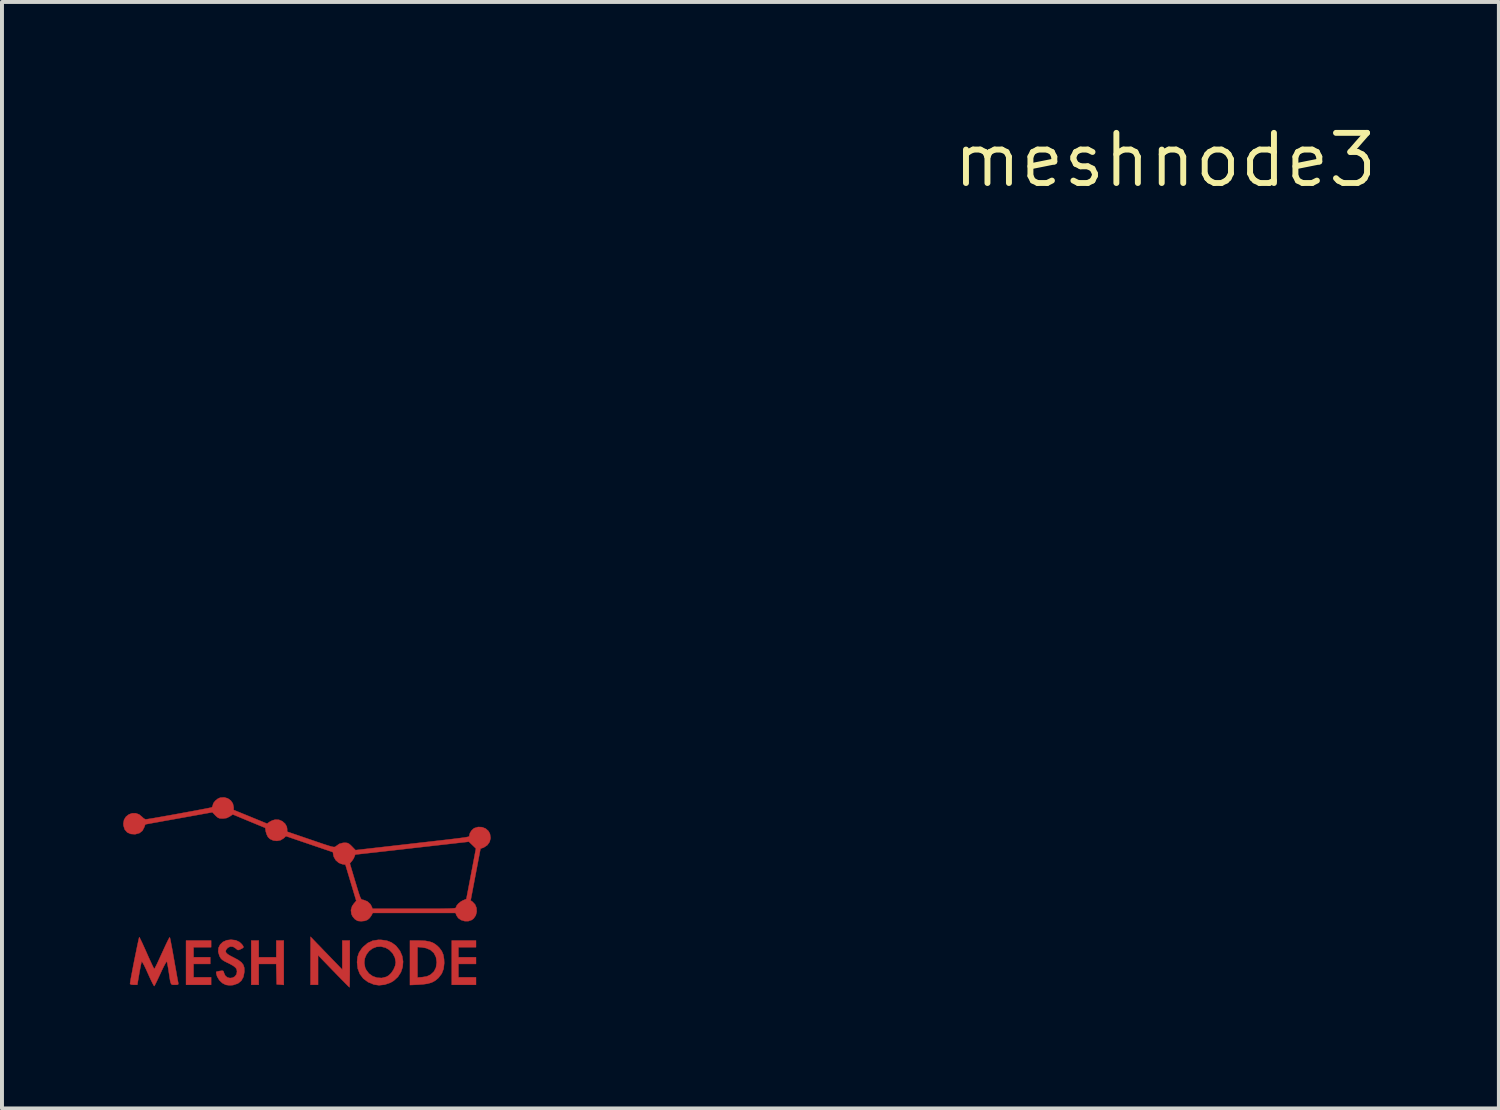
<source format=kicad_pcb>
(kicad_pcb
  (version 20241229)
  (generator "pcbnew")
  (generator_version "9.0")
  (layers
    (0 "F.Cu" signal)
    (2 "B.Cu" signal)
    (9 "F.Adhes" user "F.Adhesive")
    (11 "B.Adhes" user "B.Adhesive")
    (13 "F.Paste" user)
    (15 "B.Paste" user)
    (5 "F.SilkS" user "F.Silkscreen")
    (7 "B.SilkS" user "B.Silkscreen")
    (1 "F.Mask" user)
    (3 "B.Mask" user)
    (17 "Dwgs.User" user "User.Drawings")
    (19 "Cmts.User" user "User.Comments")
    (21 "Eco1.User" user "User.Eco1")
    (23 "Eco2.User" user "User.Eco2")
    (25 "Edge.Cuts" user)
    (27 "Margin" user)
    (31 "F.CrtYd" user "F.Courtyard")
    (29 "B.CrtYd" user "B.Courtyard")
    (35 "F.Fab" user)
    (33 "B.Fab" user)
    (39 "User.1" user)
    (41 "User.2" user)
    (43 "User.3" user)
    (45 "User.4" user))
  (footprint "meshnode3"
    (layer "F.Cu")
    (at 26.47 1.006)
    (property "Reference" "meshnode3" (at 0 0 0) (layer "F.SilkS") (effects (font (size 1.27 1.27) (thickness 0.15))))
    (attr through_hole)
    (fp_poly (pts (xy -24.172 19.939) (xy -24.617 19.939) (xy -24.617 20.193) (xy -24.194 20.193) (xy -24.194 20.362) (xy -24.617 20.362) (xy -24.617 20.701) (xy -24.172 20.701) (xy -24.172 20.892) (xy -24.807 20.892) (xy -24.807 19.77) (xy -24.172 19.77) (xy -24.172 19.939)) (stroke (width 0.01) (type solid)) (fill yes) (layer "F.Cu"))
    (fp_poly (pts (xy -17.462 19.939) (xy -17.907 19.939) (xy -17.907 20.193) (xy -17.462 20.193) (xy -17.462 20.362) (xy -17.907 20.362) (xy -17.907 20.701) (xy -17.462 20.701) (xy -17.462 20.892) (xy -18.076 20.892) (xy -18.076 19.77) (xy -17.462 19.77) (xy -17.462 19.939)) (stroke (width 0.01) (type solid)) (fill yes) (layer "F.Cu"))
    (fp_poly (pts (xy -22.966 20.193) (xy -22.521 20.193) (xy -22.521 19.77) (xy -22.331 19.77) (xy -22.331 20.894) (xy -22.421 20.887) (xy -22.511 20.881) (xy -22.517 20.622) (xy -22.523 20.362) (xy -22.966 20.362) (xy -22.966 20.892) (xy -23.156 20.892) (xy -23.156 19.77) (xy -22.966 19.77) (xy -22.966 20.193)) (stroke (width 0.01) (type solid)) (fill yes) (layer "F.Cu"))
    (fp_poly (pts (xy -21.49 19.844) (xy -21.414 19.922) (xy -21.32 20.02) (xy -21.217 20.126) (xy -21.117 20.23) (xy -21.088 20.26) (xy -20.849 20.507) (xy -20.849 19.77) (xy -20.659 19.77) (xy -20.659 20.362) (xy -20.659 20.516) (xy -20.66 20.654) (xy -20.661 20.773) (xy -20.663 20.866) (xy -20.665 20.928) (xy -20.667 20.955) (xy -20.667 20.955) (xy -20.684 20.94) (xy -20.726 20.899) (xy -20.789 20.835) (xy -20.87 20.753) (xy -20.965 20.656) (xy -21.069 20.548) (xy -21.07 20.548) (xy -21.463 20.141) (xy -21.463 20.892) (xy -21.654 20.892) (xy -21.653 20.283) (xy -21.653 19.674) (xy -21.49 19.844)) (stroke (width 0.01) (type solid)) (fill yes) (layer "F.Cu"))
    (fp_poly (pts (xy -18.907 19.77) (xy -18.754 19.776) (xy -18.632 19.798) (xy -18.532 19.838) (xy -18.446 19.9) (xy -18.39 19.955) (xy -18.328 20.04) (xy -18.289 20.133) (xy -18.271 20.247) (xy -18.267 20.341) (xy -18.283 20.486) (xy -18.329 20.607) (xy -18.411 20.714) (xy -18.417 20.72) (xy -18.494 20.785) (xy -18.579 20.831) (xy -18.682 20.862) (xy -18.81 20.88) (xy -18.906 20.887) (xy -19.135 20.897) (xy -19.135 20.706) (xy -18.944 20.706) (xy -18.819 20.697) (xy -18.707 20.678) (xy -18.616 20.636) (xy -18.611 20.633) (xy -18.526 20.554) (xy -18.475 20.452) (xy -18.457 20.325) (xy -18.457 20.319) (xy -18.475 20.192) (xy -18.527 20.089) (xy -18.612 20.011) (xy -18.727 19.961) (xy -18.833 19.943) (xy -18.944 19.934) (xy -18.944 20.706) (xy -19.135 20.706) (xy -19.135 19.77) (xy -18.907 19.77)) (stroke (width 0.01) (type solid)) (fill yes) (layer "F.Cu"))
    (fp_poly (pts (xy -19.867 19.753) (xy -19.721 19.773) (xy -19.601 19.82) (xy -19.497 19.896) (xy -19.481 19.912) (xy -19.388 20.031) (xy -19.331 20.164) (xy -19.309 20.303) (xy -19.32 20.441) (xy -19.364 20.573) (xy -19.44 20.691) (xy -19.546 20.788) (xy -19.627 20.836) (xy -19.772 20.887) (xy -19.918 20.903) (xy -20.046 20.885) (xy -20.196 20.823) (xy -20.316 20.734) (xy -20.404 20.618) (xy -20.458 20.478) (xy -20.473 20.334) (xy -20.292 20.334) (xy -20.272 20.45) (xy -20.246 20.51) (xy -20.174 20.606) (xy -20.078 20.674) (xy -19.967 20.712) (xy -19.849 20.719) (xy -19.735 20.69) (xy -19.676 20.657) (xy -19.609 20.593) (xy -19.55 20.504) (xy -19.509 20.407) (xy -19.495 20.321) (xy -19.516 20.203) (xy -19.573 20.094) (xy -19.66 20.005) (xy -19.753 19.951) (xy -19.87 19.922) (xy -19.981 19.93) (xy -20.082 19.969) (xy -20.169 20.035) (xy -20.236 20.121) (xy -20.279 20.223) (xy -20.292 20.334) (xy -20.473 20.334) (xy -20.475 20.32) (xy -20.463 20.187) (xy -20.425 20.076) (xy -20.356 19.972) (xy -20.321 19.932) (xy -20.207 19.834) (xy -20.081 19.775) (xy -19.935 19.752) (xy -19.867 19.753)) (stroke (width 0.01) (type solid)) (fill yes) (layer "F.Cu"))
    (fp_poly (pts (xy -23.547 19.763) (xy -23.452 19.808) (xy -23.391 19.867) (xy -23.357 19.915) (xy -23.353 19.944) (xy -23.384 19.969) (xy -23.42 19.987) (xy -23.47 20.009) (xy -23.501 20.008) (xy -23.533 19.983) (xy -23.547 19.97) (xy -23.614 19.928) (xy -23.686 19.922) (xy -23.751 19.953) (xy -23.792 20.003) (xy -23.804 20.042) (xy -23.792 20.078) (xy -23.753 20.116) (xy -23.681 20.16) (xy -23.598 20.202) (xy -23.483 20.264) (xy -23.404 20.323) (xy -23.356 20.386) (xy -23.332 20.461) (xy -23.329 20.553) (xy -23.33 20.564) (xy -23.354 20.692) (xy -23.408 20.789) (xy -23.492 20.857) (xy -23.606 20.896) (xy -23.648 20.902) (xy -23.723 20.903) (xy -23.794 20.893) (xy -23.806 20.89) (xy -23.89 20.846) (xy -23.965 20.773) (xy -24.018 20.684) (xy -24.027 20.657) (xy -24.041 20.603) (xy -24.044 20.569) (xy -24.043 20.564) (xy -24.018 20.555) (xy -23.967 20.544) (xy -23.946 20.541) (xy -23.891 20.534) (xy -23.863 20.542) (xy -23.85 20.572) (xy -23.845 20.593) (xy -23.812 20.663) (xy -23.759 20.705) (xy -23.693 20.721) (xy -23.627 20.712) (xy -23.568 20.679) (xy -23.528 20.622) (xy -23.516 20.557) (xy -23.523 20.506) (xy -23.548 20.462) (xy -23.597 20.42) (xy -23.676 20.373) (xy -23.755 20.334) (xy -23.837 20.292) (xy -23.891 20.257) (xy -23.927 20.22) (xy -23.955 20.172) (xy -23.96 20.162) (xy -23.992 20.056) (xy -23.985 19.958) (xy -23.943 19.872) (xy -23.872 19.805) (xy -23.775 19.762) (xy -23.669 19.749) (xy -23.547 19.763)) (stroke (width 0.01) (type solid)) (fill yes) (layer "F.Cu"))
    (fp_poly (pts (xy -25.98 19.703) (xy -25.954 19.755) (xy -25.916 19.834) (xy -25.87 19.935) (xy -25.818 20.051) (xy -25.802 20.087) (xy -25.749 20.207) (xy -25.7 20.313) (xy -25.66 20.399) (xy -25.63 20.459) (xy -25.614 20.488) (xy -25.612 20.489) (xy -25.599 20.471) (xy -25.573 20.422) (xy -25.537 20.35) (xy -25.501 20.272) (xy -25.422 20.099) (xy -25.359 19.962) (xy -25.31 19.856) (xy -25.273 19.78) (xy -25.247 19.729) (xy -25.23 19.7) (xy -25.221 19.69) (xy -25.219 19.69) (xy -25.212 19.713) (xy -25.2 19.771) (xy -25.183 19.861) (xy -25.161 19.975) (xy -25.137 20.108) (xy -25.114 20.237) (xy -25.088 20.386) (xy -25.063 20.524) (xy -25.042 20.644) (xy -25.025 20.74) (xy -25.012 20.806) (xy -25.007 20.833) (xy -25.002 20.869) (xy -25.013 20.886) (xy -25.051 20.891) (xy -25.09 20.892) (xy -25.13 20.892) (xy -25.16 20.888) (xy -25.181 20.873) (xy -25.196 20.843) (xy -25.209 20.79) (xy -25.223 20.709) (xy -25.24 20.592) (xy -25.243 20.574) (xy -25.258 20.475) (xy -25.273 20.391) (xy -25.285 20.33) (xy -25.293 20.304) (xy -25.306 20.312) (xy -25.333 20.355) (xy -25.372 20.428) (xy -25.42 20.526) (xy -25.452 20.596) (xy -25.502 20.703) (xy -25.546 20.796) (xy -25.581 20.868) (xy -25.605 20.912) (xy -25.613 20.924) (xy -25.625 20.909) (xy -25.652 20.86) (xy -25.689 20.786) (xy -25.734 20.69) (xy -25.772 20.605) (xy -25.823 20.492) (xy -25.867 20.401) (xy -25.902 20.338) (xy -25.924 20.305) (xy -25.931 20.304) (xy -25.94 20.334) (xy -25.954 20.397) (xy -25.971 20.484) (xy -25.99 20.588) (xy -25.994 20.611) (xy -26.042 20.892) (xy -26.134 20.892) (xy -26.198 20.886) (xy -26.225 20.869) (xy -26.226 20.865) (xy -26.222 20.834) (xy -26.212 20.769) (xy -26.195 20.678) (xy -26.174 20.566) (xy -26.15 20.44) (xy -26.124 20.306) (xy -26.097 20.171) (xy -26.07 20.041) (xy -26.046 19.922) (xy -26.024 19.82) (xy -26.007 19.743) (xy -25.996 19.696) (xy -25.991 19.685) (xy -25.98 19.703)) (stroke (width 0.01) (type solid)) (fill yes) (layer "F.Cu"))
    (fp_poly (pts (xy -23.75 16.169) (xy -23.673 16.224) (xy -23.621 16.3) (xy -23.601 16.392) (xy -23.601 16.394) (xy -23.601 16.462) (xy -23.178 16.635) (xy -22.754 16.809) (xy -22.69 16.763) (xy -22.622 16.728) (xy -22.548 16.707) (xy -22.545 16.707) (xy -22.452 16.712) (xy -22.367 16.749) (xy -22.298 16.81) (xy -22.255 16.887) (xy -22.246 16.944) (xy -22.246 17.012) (xy -21.65 17.216) (xy -21.48 17.274) (xy -21.345 17.32) (xy -21.241 17.354) (xy -21.164 17.378) (xy -21.108 17.393) (xy -21.07 17.4) (xy -21.045 17.4) (xy -21.027 17.394) (xy -21.014 17.384) (xy -21.009 17.381) (xy -20.925 17.321) (xy -20.833 17.296) (xy -20.783 17.293) (xy -20.728 17.297) (xy -20.684 17.315) (xy -20.638 17.353) (xy -20.604 17.387) (xy -20.514 17.48) (xy -19.142 17.323) (xy -18.853 17.29) (xy -18.604 17.262) (xy -18.391 17.237) (xy -18.212 17.217) (xy -18.063 17.199) (xy -17.942 17.184) (xy -17.846 17.172) (xy -17.772 17.162) (xy -17.717 17.153) (xy -17.679 17.146) (xy -17.654 17.14) (xy -17.639 17.134) (xy -17.633 17.128) (xy -17.631 17.122) (xy -17.632 17.115) (xy -17.632 17.111) (xy -17.615 17.048) (xy -17.574 16.982) (xy -17.519 16.931) (xy -17.506 16.923) (xy -17.408 16.893) (xy -17.309 16.898) (xy -17.218 16.933) (xy -17.147 16.996) (xy -17.108 17.069) (xy -17.093 17.174) (xy -17.117 17.271) (xy -17.175 17.353) (xy -17.263 17.412) (xy -17.284 17.42) (xy -17.348 17.442) (xy -17.473 18.098) (xy -17.598 18.755) (xy -17.551 18.787) (xy -17.485 18.857) (xy -17.449 18.945) (xy -17.444 19.04) (xy -17.468 19.133) (xy -17.521 19.211) (xy -17.569 19.248) (xy -17.655 19.278) (xy -17.748 19.278) (xy -17.838 19.251) (xy -17.911 19.201) (xy -17.956 19.134) (xy -17.98 19.071) (xy -20.078 19.071) (xy -20.115 19.141) (xy -20.158 19.2) (xy -20.21 19.245) (xy -20.213 19.247) (xy -20.282 19.272) (xy -20.369 19.281) (xy -20.449 19.274) (xy -20.468 19.268) (xy -20.533 19.226) (xy -20.589 19.159) (xy -20.617 19.1) (xy -20.63 18.998) (xy -20.601 18.9) (xy -20.553 18.831) (xy -20.495 18.764) (xy -20.77 17.848) (xy -20.85 17.835) (xy -20.896 17.818) (xy -20.658 17.818) (xy -20.583 18.069) (xy -20.529 18.25) (xy -20.485 18.394) (xy -20.451 18.506) (xy -20.424 18.591) (xy -20.403 18.651) (xy -20.386 18.692) (xy -20.371 18.717) (xy -20.357 18.73) (xy -20.342 18.736) (xy -20.325 18.739) (xy -20.311 18.741) (xy -20.214 18.779) (xy -20.139 18.847) (xy -20.109 18.901) (xy -20.082 18.965) (xy -19.026 18.965) (xy -18.783 18.965) (xy -18.578 18.965) (xy -18.409 18.964) (xy -18.274 18.962) (xy -18.167 18.96) (xy -18.088 18.957) (xy -18.031 18.953) (xy -17.995 18.949) (xy -17.976 18.943) (xy -17.971 18.936) (xy -17.953 18.888) (xy -17.907 18.832) (xy -17.844 18.782) (xy -17.793 18.754) (xy -17.706 18.717) (xy -17.584 18.078) (xy -17.463 17.439) (xy -17.553 17.352) (xy -17.642 17.266) (xy -19.071 17.428) (xy -19.313 17.456) (xy -19.541 17.482) (xy -19.755 17.506) (xy -19.948 17.528) (xy -20.119 17.547) (xy -20.264 17.563) (xy -20.379 17.576) (xy -20.46 17.585) (xy -20.506 17.59) (xy -20.513 17.59) (xy -20.528 17.607) (xy -20.54 17.641) (xy -20.562 17.691) (xy -20.6 17.748) (xy -20.606 17.755) (xy -20.658 17.818) (xy -20.896 17.818) (xy -20.939 17.801) (xy -21.014 17.736) (xy -21.063 17.652) (xy -21.074 17.611) (xy -21.087 17.53) (xy -21.682 17.328) (xy -22.277 17.125) (xy -22.332 17.178) (xy -22.411 17.227) (xy -22.504 17.246) (xy -22.598 17.235) (xy -22.682 17.196) (xy -22.732 17.147) (xy -22.763 17.085) (xy -22.786 17.012) (xy -22.788 17.002) (xy -22.801 16.916) (xy -23.212 16.746) (xy -23.623 16.575) (xy -23.7 16.627) (xy -23.777 16.666) (xy -23.868 16.679) (xy -23.882 16.679) (xy -23.95 16.676) (xy -23.997 16.659) (xy -24.043 16.621) (xy -24.064 16.6) (xy -24.14 16.52) (xy -24.987 16.673) (xy -25.17 16.706) (xy -25.34 16.736) (xy -25.492 16.764) (xy -25.622 16.787) (xy -25.725 16.806) (xy -25.797 16.819) (xy -25.834 16.826) (xy -25.838 16.827) (xy -25.846 16.845) (xy -25.862 16.889) (xy -25.865 16.898) (xy -25.913 16.99) (xy -25.988 17.048) (xy -26.091 17.076) (xy -26.096 17.077) (xy -26.208 17.07) (xy -26.297 17.03) (xy -26.36 16.958) (xy -26.391 16.86) (xy -26.395 16.808) (xy -26.377 16.71) (xy -26.328 16.632) (xy -26.257 16.576) (xy -26.173 16.546) (xy -26.082 16.545) (xy -25.995 16.576) (xy -25.922 16.637) (xy -25.878 16.678) (xy -25.837 16.699) (xy -25.83 16.7) (xy -25.797 16.696) (xy -25.73 16.686) (xy -25.632 16.67) (xy -25.511 16.649) (xy -25.371 16.624) (xy -25.218 16.597) (xy -25.057 16.568) (xy -24.894 16.538) (xy -24.734 16.509) (xy -24.583 16.481) (xy -24.447 16.455) (xy -24.33 16.433) (xy -24.239 16.415) (xy -24.178 16.402) (xy -24.154 16.396) (xy -24.134 16.364) (xy -24.13 16.341) (xy -24.112 16.287) (xy -24.066 16.229) (xy -24.004 16.179) (xy -23.94 16.15) (xy -23.842 16.143) (xy -23.75 16.169)) (stroke (width 0.01) (type solid)) (fill yes) (layer "F.Cu"))
    (fp_poly (pts (xy -18.876 19.692) (xy -18.775 19.7) (xy -18.684 19.71) (xy -18.612 19.724) (xy -18.603 19.727) (xy -18.479 19.784) (xy -18.37 19.874) (xy -18.283 19.989) (xy -18.221 20.122) (xy -18.19 20.264) (xy -18.193 20.402) (xy -18.233 20.554) (xy -18.305 20.69) (xy -18.403 20.803) (xy -18.522 20.886) (xy -18.611 20.923) (xy -18.669 20.935) (xy -18.751 20.944) (xy -18.847 20.951) (xy -18.947 20.955) (xy -19.04 20.956) (xy -19.118 20.953) (xy -19.169 20.947) (xy -19.184 20.941) (xy -19.188 20.917) (xy -19.191 20.856) (xy -19.194 20.764) (xy -19.196 20.646) (xy -19.196 20.643) (xy -18.881 20.643) (xy -18.793 20.631) (xy -18.721 20.614) (xy -18.659 20.585) (xy -18.65 20.579) (xy -18.577 20.504) (xy -18.536 20.415) (xy -18.524 20.32) (xy -18.539 20.227) (xy -18.579 20.142) (xy -18.643 20.076) (xy -18.727 20.034) (xy -18.801 20.024) (xy -18.881 20.024) (xy -18.881 20.643) (xy -19.196 20.643) (xy -19.198 20.507) (xy -19.198 20.354) (xy -19.198 20.33) (xy -19.198 20.152) (xy -19.197 20.011) (xy -19.195 19.904) (xy -19.192 19.825) (xy -19.187 19.77) (xy -19.181 19.735) (xy -19.173 19.714) (xy -19.166 19.706) (xy -19.131 19.695) (xy -19.064 19.69) (xy -18.976 19.689) (xy -18.876 19.692)) (stroke (width 0.01) (type solid)) (fill yes) (layer "F.Mask"))
    (fp_poly (pts (xy -23.522 19.696) (xy -23.415 19.751) (xy -23.365 19.794) (xy -23.306 19.867) (xy -23.286 19.93) (xy -23.307 19.987) (xy -23.366 20.039) (xy -23.447 20.079) (xy -23.516 20.081) (xy -23.579 20.043) (xy -23.587 20.036) (xy -23.643 19.997) (xy -23.683 19.996) (xy -23.722 20.016) (xy -23.72 20.045) (xy -23.678 20.082) (xy -23.595 20.127) (xy -23.574 20.137) (xy -23.435 20.217) (xy -23.333 20.311) (xy -23.271 20.418) (xy -23.248 20.535) (xy -23.265 20.66) (xy -23.317 20.778) (xy -23.39 20.866) (xy -23.49 20.929) (xy -23.606 20.966) (xy -23.728 20.972) (xy -23.846 20.944) (xy -23.865 20.936) (xy -23.968 20.868) (xy -24.047 20.775) (xy -24.096 20.667) (xy -24.109 20.576) (xy -24.102 20.53) (xy -24.071 20.504) (xy -24.04 20.493) (xy -23.937 20.466) (xy -23.866 20.46) (xy -23.82 20.476) (xy -23.792 20.514) (xy -23.781 20.551) (xy -23.752 20.62) (xy -23.705 20.652) (xy -23.654 20.65) (xy -23.61 20.621) (xy -23.584 20.572) (xy -23.586 20.52) (xy -23.591 20.509) (xy -23.617 20.489) (xy -23.67 20.458) (xy -23.742 20.422) (xy -23.757 20.415) (xy -23.896 20.337) (xy -23.994 20.249) (xy -24.051 20.151) (xy -24.066 20.043) (xy -24.041 19.925) (xy -24.021 19.88) (xy -23.954 19.785) (xy -23.862 19.718) (xy -23.754 19.68) (xy -23.638 19.672) (xy -23.522 19.696)) (stroke (width 0.01) (type solid)) (fill yes) (layer "F.Mask"))
    (fp_poly (pts (xy -19.722 19.695) (xy -19.617 19.734) (xy -19.474 19.826) (xy -19.363 19.943) (xy -19.287 20.083) (xy -19.248 20.241) (xy -19.245 20.382) (xy -19.277 20.538) (xy -19.344 20.68) (xy -19.443 20.801) (xy -19.569 20.894) (xy -19.618 20.918) (xy -19.72 20.949) (xy -19.842 20.967) (xy -19.965 20.969) (xy -20.074 20.955) (xy -20.1 20.947) (xy -20.225 20.889) (xy -20.341 20.804) (xy -20.433 20.704) (xy -20.443 20.69) (xy -20.514 20.547) (xy -20.547 20.396) (xy -20.546 20.35) (xy -20.21 20.35) (xy -20.193 20.442) (xy -20.161 20.514) (xy -20.16 20.516) (xy -20.077 20.595) (xy -19.978 20.642) (xy -19.871 20.654) (xy -19.766 20.628) (xy -19.748 20.619) (xy -19.686 20.574) (xy -19.63 20.516) (xy -19.625 20.508) (xy -19.597 20.46) (xy -19.584 20.411) (xy -19.582 20.345) (xy -19.584 20.302) (xy -19.59 20.225) (xy -19.604 20.175) (xy -19.631 20.133) (xy -19.68 20.084) (xy -19.683 20.082) (xy -19.734 20.037) (xy -19.773 20.012) (xy -19.817 20.003) (xy -19.883 20.005) (xy -19.908 20.006) (xy -20.017 20.024) (xy -20.097 20.064) (xy -20.16 20.134) (xy -20.187 20.181) (xy -20.208 20.256) (xy -20.21 20.35) (xy -20.546 20.35) (xy -20.544 20.243) (xy -20.507 20.096) (xy -20.437 19.96) (xy -20.335 19.842) (xy -20.205 19.749) (xy -20.178 19.735) (xy -20.032 19.686) (xy -19.876 19.672) (xy -19.722 19.695)) (stroke (width 0.01) (type solid)) (fill yes) (layer "F.Mask"))
    (fp_poly (pts (xy -24.448 19.683) (xy -24.342 19.686) (xy -24.249 19.692) (xy -24.177 19.7) (xy -24.136 19.711) (xy -24.131 19.715) (xy -24.118 19.755) (xy -24.112 19.823) (xy -24.113 19.868) (xy -24.119 19.992) (xy -24.336 19.998) (xy -24.434 20.001) (xy -24.497 20.005) (xy -24.532 20.012) (xy -24.549 20.024) (xy -24.553 20.043) (xy -24.553 20.056) (xy -24.552 20.081) (xy -24.541 20.096) (xy -24.514 20.104) (xy -24.462 20.108) (xy -24.377 20.108) (xy -24.364 20.108) (xy -24.256 20.111) (xy -24.182 20.123) (xy -24.138 20.147) (xy -24.116 20.187) (xy -24.109 20.248) (xy -24.109 20.259) (xy -24.112 20.331) (xy -24.125 20.378) (xy -24.156 20.407) (xy -24.212 20.421) (xy -24.3 20.426) (xy -24.353 20.426) (xy -24.553 20.426) (xy -24.553 20.637) (xy -24.355 20.637) (xy -24.249 20.639) (xy -24.178 20.648) (xy -24.136 20.669) (xy -24.116 20.707) (xy -24.111 20.767) (xy -24.113 20.821) (xy -24.119 20.944) (xy -24.481 20.95) (xy -24.6 20.951) (xy -24.705 20.951) (xy -24.787 20.948) (xy -24.84 20.945) (xy -24.856 20.941) (xy -24.862 20.915) (xy -24.866 20.853) (xy -24.87 20.761) (xy -24.871 20.648) (xy -24.872 20.518) (xy -24.872 20.38) (xy -24.871 20.239) (xy -24.868 20.102) (xy -24.865 19.975) (xy -24.861 19.866) (xy -24.856 19.781) (xy -24.85 19.727) (xy -24.845 19.71) (xy -24.813 19.699) (xy -24.748 19.691) (xy -24.66 19.686) (xy -24.557 19.683) (xy -24.448 19.683)) (stroke (width 0.01) (type solid)) (fill yes) (layer "F.Mask"))
    (fp_poly (pts (xy -22.994 19.69) (xy -22.943 19.702) (xy -22.928 19.71) (xy -22.914 19.747) (xy -22.906 19.82) (xy -22.902 19.927) (xy -22.902 19.933) (xy -22.902 20.13) (xy -22.585 20.13) (xy -22.585 19.933) (xy -22.582 19.825) (xy -22.574 19.749) (xy -22.56 19.711) (xy -22.559 19.71) (xy -22.519 19.693) (xy -22.453 19.685) (xy -22.38 19.688) (xy -22.316 19.7) (xy -22.279 19.718) (xy -22.269 19.733) (xy -22.262 19.759) (xy -22.256 19.8) (xy -22.251 19.861) (xy -22.249 19.947) (xy -22.247 20.063) (xy -22.246 20.214) (xy -22.246 20.328) (xy -22.247 20.516) (xy -22.249 20.665) (xy -22.252 20.778) (xy -22.257 20.857) (xy -22.263 20.907) (xy -22.271 20.929) (xy -22.272 20.93) (xy -22.306 20.944) (xy -22.367 20.953) (xy -22.416 20.955) (xy -22.486 20.951) (xy -22.54 20.94) (xy -22.559 20.93) (xy -22.573 20.893) (xy -22.581 20.816) (xy -22.585 20.701) (xy -22.585 20.676) (xy -22.585 20.447) (xy -22.901 20.447) (xy -22.907 20.696) (xy -22.913 20.944) (xy -23.051 20.951) (xy -23.125 20.952) (xy -23.18 20.948) (xy -23.205 20.942) (xy -23.211 20.915) (xy -23.215 20.853) (xy -23.218 20.762) (xy -23.22 20.648) (xy -23.221 20.519) (xy -23.221 20.38) (xy -23.22 20.239) (xy -23.217 20.102) (xy -23.214 19.975) (xy -23.21 19.866) (xy -23.205 19.781) (xy -23.199 19.727) (xy -23.194 19.71) (xy -23.16 19.696) (xy -23.099 19.687) (xy -23.061 19.685) (xy -22.994 19.69)) (stroke (width 0.01) (type solid)) (fill yes) (layer "F.Mask"))
    (fp_poly (pts (xy -21.639 19.627) (xy -21.596 19.653) (xy -21.537 19.701) (xy -21.459 19.775) (xy -21.36 19.876) (xy -21.272 19.968) (xy -20.944 20.315) (xy -20.934 20.02) (xy -20.929 19.895) (xy -20.922 19.805) (xy -20.91 19.746) (xy -20.891 19.71) (xy -20.86 19.693) (xy -20.816 19.686) (xy -20.768 19.685) (xy -20.72 19.685) (xy -20.682 19.687) (xy -20.652 19.695) (xy -20.63 19.714) (xy -20.615 19.749) (xy -20.604 19.803) (xy -20.599 19.881) (xy -20.596 19.987) (xy -20.595 20.127) (xy -20.595 20.303) (xy -20.595 20.348) (xy -20.595 20.534) (xy -20.596 20.682) (xy -20.599 20.797) (xy -20.603 20.882) (xy -20.61 20.942) (xy -20.62 20.981) (xy -20.634 21.004) (xy -20.652 21.015) (xy -20.674 21.018) (xy -20.682 21.018) (xy -20.707 21.004) (xy -20.756 20.962) (xy -20.824 20.899) (xy -20.908 20.817) (xy -21.002 20.722) (xy -21.059 20.664) (xy -21.399 20.309) (xy -21.399 20.607) (xy -21.401 20.747) (xy -21.406 20.847) (xy -21.415 20.908) (xy -21.425 20.93) (xy -21.459 20.944) (xy -21.52 20.953) (xy -21.572 20.955) (xy -21.646 20.952) (xy -21.689 20.942) (xy -21.713 20.92) (xy -21.716 20.914) (xy -21.723 20.88) (xy -21.729 20.806) (xy -21.733 20.696) (xy -21.736 20.554) (xy -21.738 20.382) (xy -21.738 20.288) (xy -21.737 20.103) (xy -21.735 19.946) (xy -21.731 19.82) (xy -21.726 19.728) (xy -21.72 19.674) (xy -21.716 19.662) (xy -21.696 19.634) (xy -21.672 19.622) (xy -21.639 19.627)) (stroke (width 0.01) (type solid)) (fill yes) (layer "F.Mask"))
    (fp_poly (pts (xy -17.632 19.686) (xy -17.531 19.69) (xy -17.461 19.699) (xy -17.416 19.716) (xy -17.391 19.744) (xy -17.381 19.785) (xy -17.378 19.84) (xy -17.378 19.852) (xy -17.383 19.917) (xy -17.396 19.965) (xy -17.403 19.977) (xy -17.439 19.991) (xy -17.513 19.999) (xy -17.62 20.002) (xy -17.625 20.003) (xy -17.717 20.003) (xy -17.775 20.005) (xy -17.806 20.012) (xy -17.82 20.026) (xy -17.822 20.048) (xy -17.822 20.055) (xy -17.821 20.081) (xy -17.811 20.096) (xy -17.784 20.104) (xy -17.732 20.108) (xy -17.647 20.108) (xy -17.634 20.108) (xy -17.531 20.11) (xy -17.463 20.12) (xy -17.423 20.143) (xy -17.405 20.184) (xy -17.401 20.25) (xy -17.403 20.292) (xy -17.41 20.415) (xy -17.822 20.427) (xy -17.822 20.637) (xy -17.622 20.637) (xy -17.517 20.64) (xy -17.447 20.649) (xy -17.406 20.67) (xy -17.385 20.707) (xy -17.378 20.765) (xy -17.378 20.796) (xy -17.379 20.852) (xy -17.386 20.893) (xy -17.405 20.921) (xy -17.441 20.939) (xy -17.5 20.95) (xy -17.588 20.954) (xy -17.71 20.955) (xy -17.766 20.955) (xy -17.914 20.954) (xy -18.023 20.95) (xy -18.095 20.943) (xy -18.132 20.933) (xy -18.136 20.93) (xy -18.144 20.908) (xy -18.15 20.859) (xy -18.155 20.781) (xy -18.158 20.669) (xy -18.16 20.522) (xy -18.161 20.335) (xy -18.161 20.328) (xy -18.161 20.153) (xy -18.16 20.016) (xy -18.158 19.912) (xy -18.154 19.836) (xy -18.15 19.782) (xy -18.143 19.748) (xy -18.134 19.727) (xy -18.128 19.718) (xy -18.108 19.705) (xy -18.073 19.696) (xy -18.019 19.69) (xy -17.937 19.686) (xy -17.822 19.685) (xy -17.769 19.685) (xy -17.632 19.686)) (stroke (width 0.01) (type solid)) (fill yes) (layer "F.Mask"))
    (fp_poly (pts (xy -25.973 19.623) (xy -25.955 19.631) (xy -25.935 19.649) (xy -25.912 19.682) (xy -25.884 19.735) (xy -25.848 19.811) (xy -25.801 19.915) (xy -25.742 20.051) (xy -25.706 20.135) (xy -25.67 20.214) (xy -25.64 20.277) (xy -25.619 20.314) (xy -25.613 20.32) (xy -25.601 20.302) (xy -25.574 20.251) (xy -25.537 20.174) (xy -25.492 20.078) (xy -25.455 19.997) (xy -25.405 19.888) (xy -25.359 19.791) (xy -25.323 19.714) (xy -25.297 19.664) (xy -25.288 19.648) (xy -25.246 19.623) (xy -25.196 19.626) (xy -25.156 19.655) (xy -25.149 19.669) (xy -25.138 19.71) (xy -25.122 19.784) (xy -25.103 19.885) (xy -25.081 20.005) (xy -25.057 20.139) (xy -25.033 20.28) (xy -25.01 20.421) (xy -24.988 20.557) (xy -24.97 20.68) (xy -24.955 20.784) (xy -24.944 20.863) (xy -24.94 20.911) (xy -24.941 20.92) (xy -24.958 20.94) (xy -24.997 20.951) (xy -25.067 20.955) (xy -25.091 20.955) (xy -25.177 20.951) (xy -25.23 20.939) (xy -25.244 20.929) (xy -25.255 20.897) (xy -25.269 20.835) (xy -25.285 20.752) (xy -25.294 20.701) (xy -25.328 20.5) (xy -25.401 20.659) (xy -25.456 20.778) (xy -25.498 20.865) (xy -25.529 20.924) (xy -25.554 20.96) (xy -25.575 20.981) (xy -25.597 20.99) (xy -25.617 20.993) (xy -25.661 20.991) (xy -25.689 20.965) (xy -25.706 20.93) (xy -25.728 20.879) (xy -25.761 20.803) (xy -25.801 20.714) (xy -25.818 20.675) (xy -25.901 20.49) (xy -25.937 20.698) (xy -25.955 20.789) (xy -25.974 20.865) (xy -25.99 20.916) (xy -25.998 20.931) (xy -26.031 20.944) (xy -26.092 20.953) (xy -26.144 20.955) (xy -26.218 20.952) (xy -26.262 20.941) (xy -26.285 20.919) (xy -26.288 20.915) (xy -26.292 20.89) (xy -26.289 20.841) (xy -26.28 20.765) (xy -26.262 20.657) (xy -26.237 20.516) (xy -26.202 20.338) (xy -26.192 20.286) (xy -26.162 20.132) (xy -26.133 19.99) (xy -26.108 19.866) (xy -26.088 19.766) (xy -26.073 19.696) (xy -26.065 19.66) (xy -26.064 19.659) (xy -26.035 19.628) (xy -25.994 19.622) (xy -25.973 19.623)) (stroke (width 0.01) (type solid)) (fill yes) (layer "F.Mask"))
    (fp_poly (pts (xy -23.732 16.101) (xy -23.715 16.109) (xy -23.62 16.175) (xy -23.56 16.263) (xy -23.538 16.34) (xy -23.533 16.366) (xy -23.524 16.388) (xy -23.505 16.408) (xy -23.471 16.43) (xy -23.418 16.456) (xy -23.339 16.491) (xy -23.229 16.538) (xy -23.149 16.571) (xy -22.771 16.727) (xy -22.691 16.682) (xy -22.58 16.641) (xy -22.468 16.638) (xy -22.363 16.669) (xy -22.274 16.733) (xy -22.208 16.824) (xy -22.182 16.892) (xy -22.161 16.972) (xy -21.62 17.153) (xy -21.08 17.333) (xy -21.004 17.281) (xy -20.902 17.235) (xy -20.791 17.224) (xy -20.681 17.245) (xy -20.584 17.298) (xy -20.533 17.349) (xy -20.488 17.406) (xy -19.139 17.253) (xy -18.904 17.227) (xy -18.68 17.201) (xy -18.472 17.177) (xy -18.282 17.156) (xy -18.116 17.136) (xy -17.975 17.12) (xy -17.865 17.107) (xy -17.788 17.097) (xy -17.749 17.092) (xy -17.746 17.091) (xy -17.706 17.066) (xy -17.675 17.021) (xy -17.616 16.928) (xy -17.531 16.863) (xy -17.429 16.826) (xy -17.319 16.822) (xy -17.21 16.852) (xy -17.161 16.879) (xy -17.106 16.934) (xy -17.058 17.014) (xy -17.027 17.103) (xy -17.018 17.168) (xy -17.038 17.264) (xy -17.09 17.357) (xy -17.165 17.43) (xy -17.199 17.451) (xy -17.285 17.494) (xy -17.403 18.108) (xy -17.52 18.722) (xy -17.458 18.788) (xy -17.395 18.881) (xy -17.369 18.979) (xy -17.375 19.077) (xy -17.408 19.169) (xy -17.465 19.249) (xy -17.541 19.312) (xy -17.633 19.35) (xy -17.735 19.359) (xy -17.843 19.332) (xy -17.848 19.33) (xy -17.917 19.29) (xy -17.975 19.24) (xy -17.99 19.222) (xy -18.037 19.156) (xy -20.03 19.156) (xy -20.102 19.24) (xy -20.194 19.32) (xy -20.297 19.359) (xy -20.409 19.357) (xy -20.502 19.327) (xy -20.594 19.264) (xy -20.659 19.177) (xy -20.695 19.076) (xy -20.699 18.968) (xy -20.669 18.865) (xy -20.627 18.8) (xy -20.576 18.739) (xy -20.629 18.561) (xy -20.683 18.382) (xy -20.726 18.24) (xy -20.76 18.13) (xy -20.787 18.047) (xy -20.809 17.987) (xy -20.827 17.947) (xy -20.844 17.922) (xy -20.86 17.907) (xy -20.878 17.899) (xy -20.899 17.892) (xy -20.908 17.89) (xy -20.995 17.845) (xy -20.578 17.845) (xy -20.454 18.256) (xy -20.331 18.667) (xy -20.245 18.688) (xy -20.146 18.734) (xy -20.069 18.816) (xy -20.047 18.854) (xy -20.022 18.902) (xy -19.028 18.902) (xy -18.784 18.901) (xy -18.571 18.9) (xy -18.391 18.898) (xy -18.245 18.895) (xy -18.136 18.892) (xy -18.066 18.888) (xy -18.035 18.883) (xy -18.034 18.881) (xy -18.018 18.845) (xy -17.978 18.796) (xy -17.925 18.748) (xy -17.871 18.709) (xy -17.837 18.694) (xy -17.771 18.677) (xy -17.656 18.068) (xy -17.54 17.46) (xy -17.602 17.399) (xy -17.664 17.338) (xy -19.018 17.495) (xy -19.254 17.522) (xy -19.479 17.548) (xy -19.688 17.572) (xy -19.878 17.593) (xy -20.046 17.612) (xy -20.187 17.628) (xy -20.299 17.64) (xy -20.376 17.648) (xy -20.417 17.652) (xy -20.421 17.652) (xy -20.465 17.667) (xy -20.483 17.69) (xy -20.504 17.733) (xy -20.537 17.786) (xy -20.537 17.786) (xy -20.578 17.845) (xy -20.995 17.845) (xy -21.003 17.841) (xy -21.083 17.76) (xy -21.134 17.662) (xy -21.162 17.582) (xy -21.705 17.395) (xy -22.249 17.209) (xy -22.327 17.262) (xy -22.425 17.305) (xy -22.536 17.315) (xy -22.643 17.292) (xy -22.69 17.269) (xy -22.758 17.222) (xy -22.802 17.171) (xy -22.833 17.1) (xy -22.846 17.06) (xy -22.875 16.965) (xy -23.248 16.81) (xy -23.622 16.655) (xy -23.677 16.698) (xy -23.768 16.744) (xy -23.872 16.758) (xy -23.977 16.74) (xy -24.071 16.692) (xy -24.11 16.657) (xy -24.166 16.597) (xy -24.975 16.742) (xy -25.154 16.774) (xy -25.32 16.804) (xy -25.467 16.831) (xy -25.592 16.855) (xy -25.69 16.873) (xy -25.756 16.887) (xy -25.786 16.894) (xy -25.788 16.894) (xy -25.799 16.916) (xy -25.822 16.962) (xy -25.834 16.986) (xy -25.898 17.071) (xy -25.989 17.13) (xy -26.095 17.158) (xy -26.174 17.156) (xy -26.28 17.123) (xy -26.363 17.061) (xy -26.422 16.98) (xy -26.456 16.885) (xy -26.465 16.786) (xy -26.447 16.689) (xy -26.4 16.602) (xy -26.325 16.532) (xy -26.268 16.502) (xy -26.145 16.47) (xy -26.035 16.479) (xy -25.937 16.528) (xy -25.887 16.573) (xy -25.829 16.636) (xy -25.021 16.49) (xy -24.841 16.458) (xy -24.676 16.428) (xy -24.528 16.401) (xy -24.404 16.377) (xy -24.306 16.358) (xy -24.24 16.345) (xy -24.21 16.338) (xy -24.208 16.338) (xy -24.197 16.316) (xy -24.174 16.27) (xy -24.162 16.245) (xy -24.104 16.166) (xy -24.025 16.113) (xy -23.923 16.074) (xy -23.83 16.07) (xy -23.732 16.101)) (stroke (width 0.01) (type solid)) (fill yes) (layer "F.Mask")))
  (gr_rect
    (start -3 -3)
    (end 34.92 25.03)
    (stroke (width 0.1) (type default))
    (fill no)
    (layer "Edge.Cuts")))
</source>
